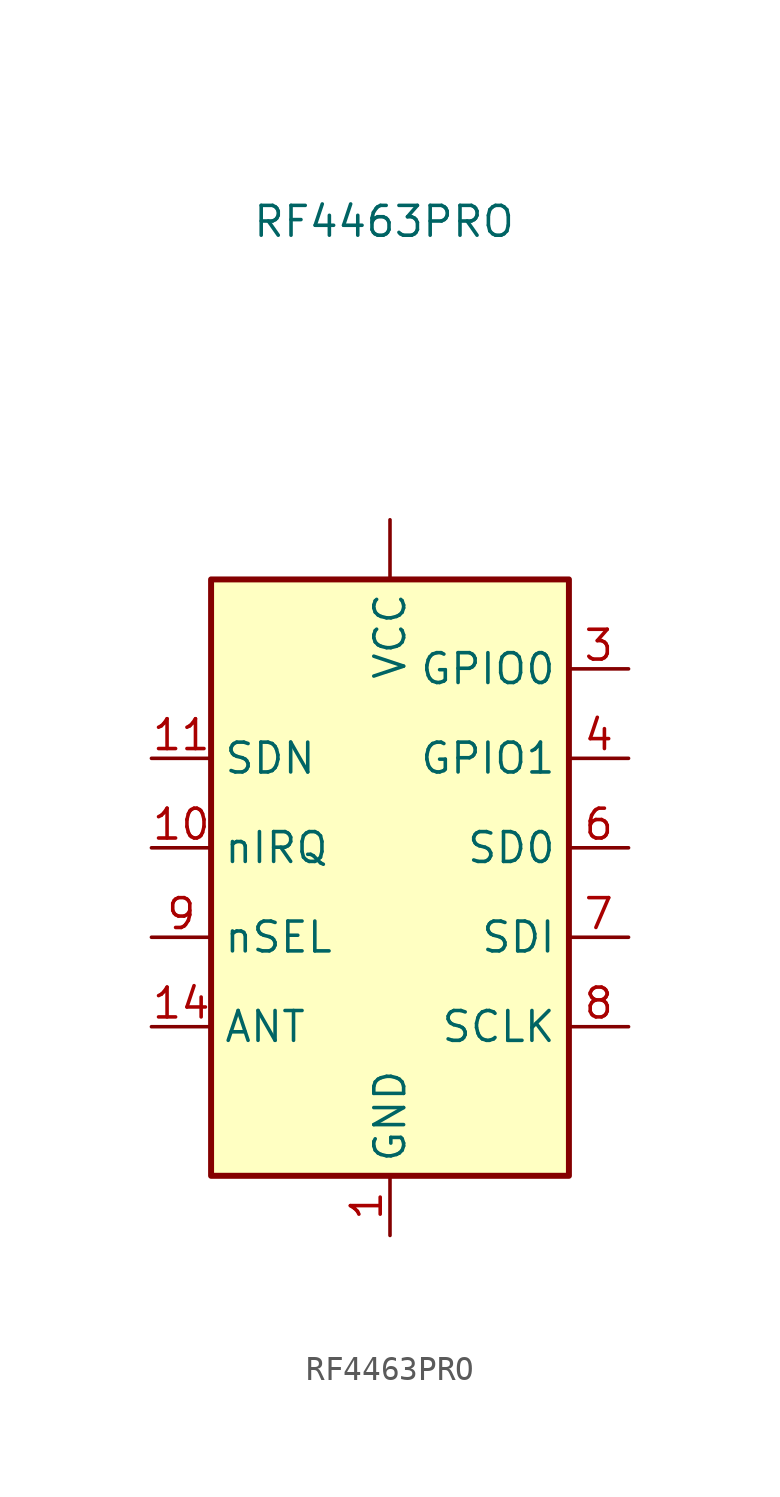
<source format=kicad_sym>
(kicad_symbol_lib
  (version 20241209)
  (generator "kicad_symbol_editor")
  (generator_version "9.0")
  (symbol "RF4463PRO"
    (property "Reference" "U"
      (at -2.032 -41.656 0)
      (effects (font (size 1.27 1.27)) (hide yes)))
    (property "Value" "RF4463PRO"
      (at -0.254 26.67 0)
      (effects (font (size 1.27 1.27))))
    (symbol "RF4463PRO_0_0"
      (rectangle (start -7.62 11.43) (end 7.62 -13.97) (stroke (width 0.254) (type default)) (fill (type background))))
    (symbol "RF4463PRO_1_1"
      (pin no_connect line (at -10.16 7.62 0) (length 2.54) (hide yes) (name "NC" (effects (font (size 1.27 1.27)))) (number "2" (effects (font (size 1.27 1.27)))))
      (pin input line (at -10.16 3.81 0) (length 2.54) (name "SDN" (effects (font (size 1.27 1.27)))) (number "11" (effects (font (size 1.27 1.27)))))
      (pin input line (at -10.16 0 0) (length 2.54) (name "nIRQ" (effects (font (size 1.27 1.27)))) (number "10" (effects (font (size 1.27 1.27)))))
      (pin input line (at -10.16 -3.81 0) (length 2.54) (name "nSEL" (effects (font (size 1.27 1.27)))) (number "9" (effects (font (size 1.27 1.27)))))
      (pin input line (at -10.16 -7.62 0) (length 2.54) (name "ANT" (effects (font (size 1.27 1.27)))) (number "14" (effects (font (size 1.27 1.27)))))
      (pin power_in line (at 0 13.97 270) (length 2.54) (name "VCC" (effects (font (size 1.27 1.27)))) (number "" (effects (font (size 1.27 1.27)))))
      (pin power_in line (at 0 -16.51 90) (length 2.54) (name "GND" (effects (font (size 1.27 1.27)))) (number "1" (effects (font (size 1.27 1.27)))))
      (pin passive line (at 0 -16.51 90) (length 2.54) (hide yes) (name "GND" (effects (font (size 1.27 1.27)))) (number "12" (effects (font (size 1.27 1.27)))))
      (pin passive line (at 0 -16.51 90) (length 2.54) (hide yes) (name "GND" (effects (font (size 1.27 1.27)))) (number "13" (effects (font (size 1.27 1.27)))))
      (pin input line (at 10.16 7.62 180) (length 2.54) (name "GPIO0" (effects (font (size 1.27 1.27)))) (number "3" (effects (font (size 1.27 1.27)))))
      (pin input line (at 10.16 3.81 180) (length 2.54) (name "GPIO1" (effects (font (size 1.27 1.27)))) (number "4" (effects (font (size 1.27 1.27)))))
      (pin input line (at 10.16 0 180) (length 2.54) (name "SD0" (effects (font (size 1.27 1.27)))) (number "6" (effects (font (size 1.27 1.27)))))
      (pin input line (at 10.16 -3.81 180) (length 2.54) (name "SDI" (effects (font (size 1.27 1.27)))) (number "7" (effects (font (size 1.27 1.27)))))
      (pin input line (at 10.16 -7.62 180) (length 2.54) (name "SCLK" (effects (font (size 1.27 1.27)))) (number "8" (effects (font (size 1.27 1.27))))))))
</source>
